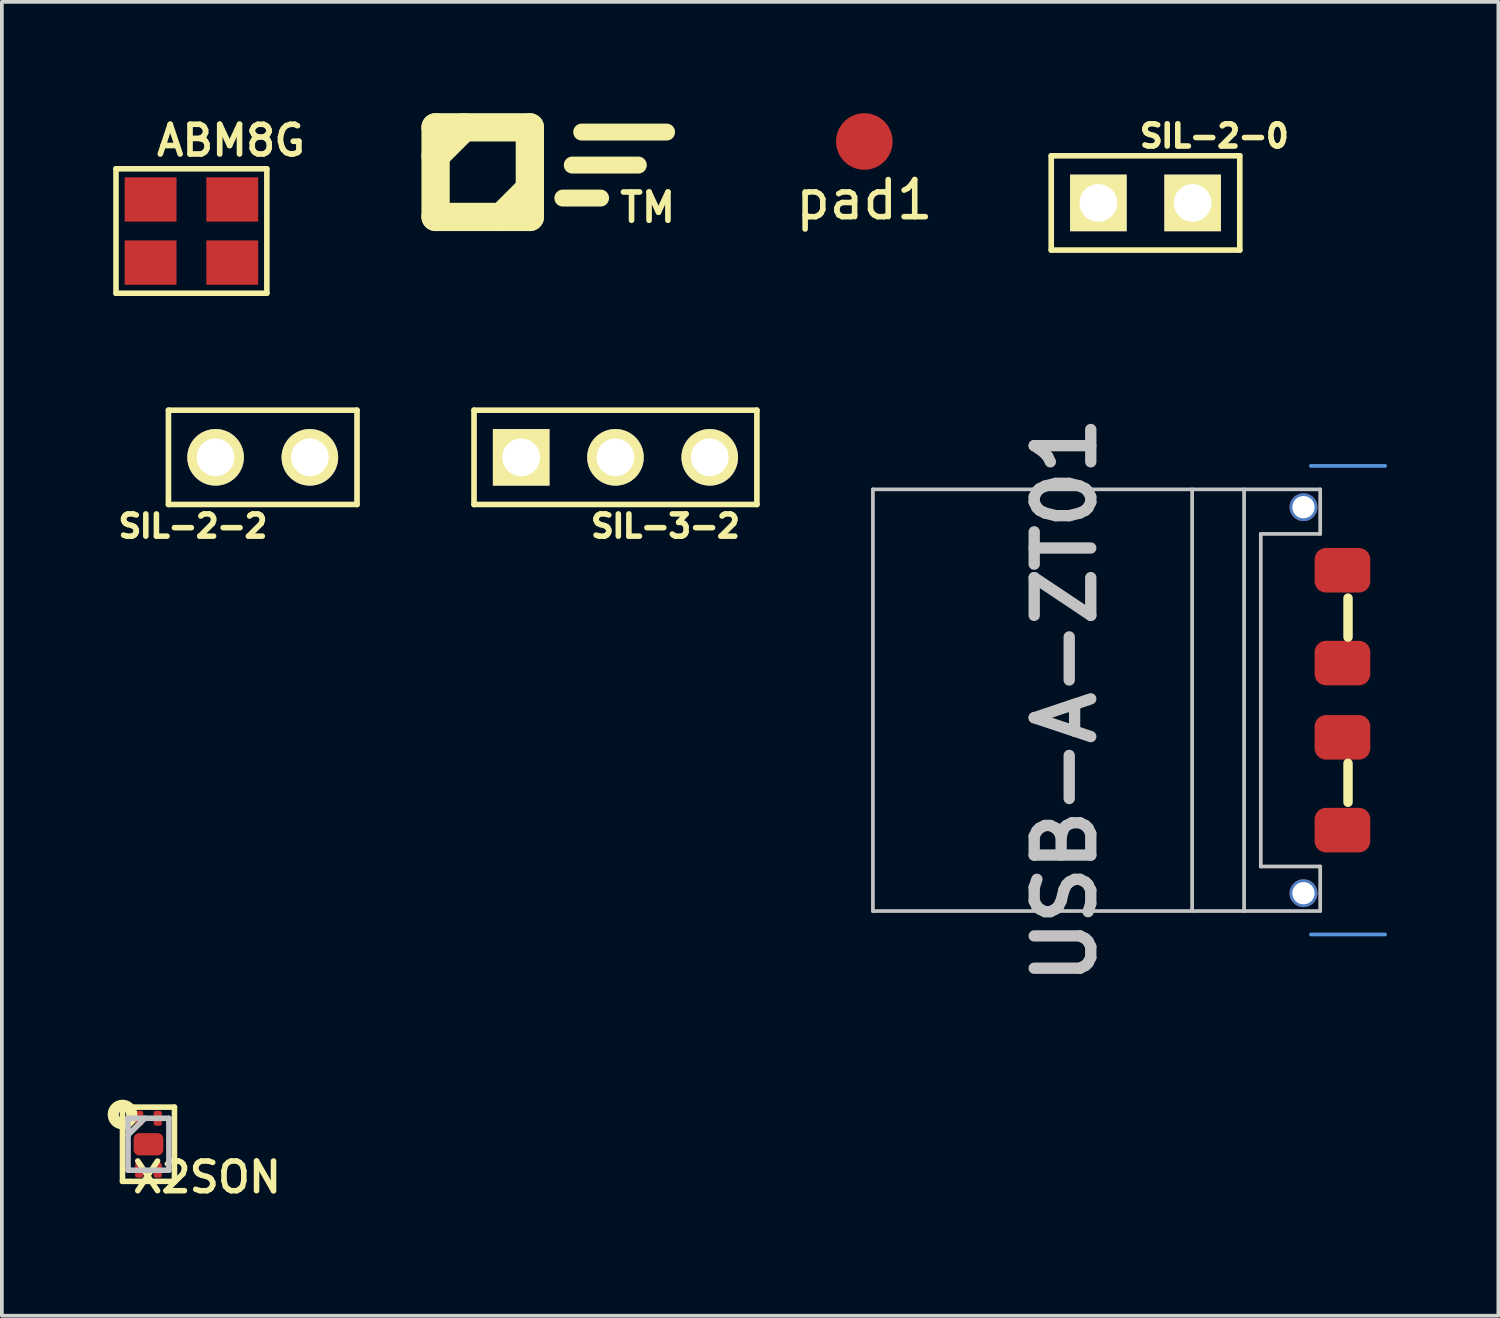
<source format=kicad_pcb>
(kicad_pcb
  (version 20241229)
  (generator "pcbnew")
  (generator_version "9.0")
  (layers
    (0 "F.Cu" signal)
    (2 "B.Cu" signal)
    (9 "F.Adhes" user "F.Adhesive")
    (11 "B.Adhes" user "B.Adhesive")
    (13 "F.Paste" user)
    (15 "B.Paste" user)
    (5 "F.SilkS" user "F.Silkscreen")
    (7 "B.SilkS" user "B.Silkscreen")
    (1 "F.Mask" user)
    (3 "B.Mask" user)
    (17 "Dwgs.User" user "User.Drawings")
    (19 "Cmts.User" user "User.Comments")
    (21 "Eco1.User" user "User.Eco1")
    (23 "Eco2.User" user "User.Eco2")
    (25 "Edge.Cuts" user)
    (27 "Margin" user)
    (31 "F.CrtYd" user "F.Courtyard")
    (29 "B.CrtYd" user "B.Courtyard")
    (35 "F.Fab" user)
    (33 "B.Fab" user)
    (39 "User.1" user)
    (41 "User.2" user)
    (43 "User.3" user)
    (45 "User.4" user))
  (footprint "FST-LOGO"
    (layer "F.Cu")
    (at 9.955 1.651)
    (property "Reference" "FST-LOGO" (at 0 -1.27 0) (layer "F.SilkS") (effects (font (size 0.152 0.152) (thickness 0.038))))
    (attr through_hole)
    (fp_line (start -1.27 -1.27) (end 1.27 -1.27) (stroke (width 0.762) (type solid)) (layer "F.SilkS"))
    (fp_line (start -1.27 1.143) (end -1.27 -1.27) (stroke (width 0.762) (type solid)) (layer "F.SilkS"))
    (fp_line (start -0.508 -1.27) (end -1.27 -0.508) (stroke (width 0.762) (type solid)) (layer "F.SilkS"))
    (fp_line (start 1.27 -1.27) (end 1.27 1.143) (stroke (width 0.762) (type solid)) (layer "F.SilkS"))
    (fp_line (start 1.27 0.381) (end 0.508 1.143) (stroke (width 0.762) (type solid)) (layer "F.SilkS"))
    (fp_line (start 1.27 1.143) (end -1.27 1.143) (stroke (width 0.762) (type solid)) (layer "F.SilkS"))
    (fp_line (start 2.159 0.635) (end 3.175 0.635) (stroke (width 0.457) (type solid)) (layer "F.SilkS"))
    (fp_line (start 2.413 -0.254) (end 4.191 -0.254) (stroke (width 0.457) (type solid)) (layer "F.SilkS"))
    (fp_line (start 2.667 -1.143) (end 4.953 -1.143) (stroke (width 0.457) (type solid)) (layer "F.SilkS"))
    (fp_text user "TM" (at 4.445 0.889 0) (layer "F.SilkS") (effects (font (size 0.762 0.762) (thickness 0.152)))))
  (footprint "SIL-3-2"
    (layer "F.Cu")
    (at 13.531 9.271)
    (property "Reference" "SIL-3-2" (at 1.346 1.854 0) (layer "F.SilkS") (effects (font (size 0.599 0.599) (thickness 0.15))))
    (attr through_hole)
    (fp_line (start -3.81 -1.27) (end 3.81 -1.27) (stroke (width 0.152) (type solid)) (layer "F.SilkS"))
    (fp_line (start -3.81 1.27) (end -3.81 -1.27) (stroke (width 0.152) (type solid)) (layer "F.SilkS"))
    (fp_line (start 3.81 -1.27) (end 3.81 1.27) (stroke (width 0.152) (type solid)) (layer "F.SilkS"))
    (fp_line (start 3.81 1.27) (end -3.81 1.27) (stroke (width 0.152) (type solid)) (layer "F.SilkS"))
    (pad "1" thru_hole rect (at -2.54 0) (size 1.524 1.524) (drill 1.016) (layers "*.Cu" "*.Mask" "F.SilkS"))
    (pad "2" thru_hole circle (at 0 0) (size 1.524 1.524) (drill 1.016) (layers "*.Cu" "*.Mask" "F.SilkS"))
    (pad "3" thru_hole circle (at 2.54 0) (size 1.524 1.524) (drill 1.016) (layers "*.Cu" "*.Mask" "F.SilkS")))
  (footprint "SIL-2-2"
    (layer "F.Cu")
    (at 4.028 9.271)
    (property "Reference" "SIL-2-2" (at -1.88 1.854 0) (layer "F.SilkS") (effects (font (size 0.599 0.599) (thickness 0.15))))
    (attr through_hole)
    (fp_line (start -2.54 -1.27) (end 2.54 -1.27) (stroke (width 0.15) (type solid)) (layer "F.SilkS"))
    (fp_line (start -2.54 1.27) (end -2.54 -1.27) (stroke (width 0.152) (type solid)) (layer "F.SilkS"))
    (fp_line (start 2.54 -1.27) (end 2.54 1.27) (stroke (width 0.152) (type solid)) (layer "F.SilkS"))
    (fp_line (start 2.54 1.27) (end -2.54 1.27) (stroke (width 0.15) (type solid)) (layer "F.SilkS"))
    (pad "1" thru_hole circle (at -1.27 0) (size 1.524 1.524) (drill 1.016) (layers "*.Cu" "*.Mask" "F.SilkS"))
    (pad "2" thru_hole circle (at 1.27 0) (size 1.524 1.524) (drill 1.016) (layers "*.Cu" "*.Mask" "F.SilkS")))
  (footprint "X2SON"
    (layer "F.Cu")
    (at 0.95 27.777)
    (property "Reference" "X2SON" (at 1.578 0.889 0) (layer "F.SilkS") (effects (font (size 0.8 0.8) (thickness 0.15))))
    (attr smd)
    (fp_line (start -0.7 -1) (end 0.7 -1) (stroke (width 0.15) (type solid)) (layer "F.SilkS"))
    (fp_line (start -0.7 1) (end -0.7 -1) (stroke (width 0.15) (type solid)) (layer "F.SilkS"))
    (fp_line (start 0.7 -1) (end 0.7 1) (stroke (width 0.15) (type solid)) (layer "F.SilkS"))
    (fp_line (start 0.7 1) (end -0.7 1) (stroke (width 0.15) (type solid)) (layer "F.SilkS"))
    (fp_circle (center -0.7 -0.8) (end -0.7 -0.7) (stroke (width 0.3) (type solid)) (fill no) (layer "F.SilkS"))
    (fp_line (start -0.55 -0.7) (end -0.55 0.7) (stroke (width 0.15) (type solid)) (layer "Dwgs.User"))
    (fp_line (start -0.55 -0.7) (end 0.55 -0.7) (stroke (width 0.15) (type solid)) (layer "Dwgs.User"))
    (fp_line (start -0.55 -0.25) (end -0.1 -0.7) (stroke (width 0.15) (type solid)) (layer "Dwgs.User"))
    (fp_line (start -0.55 0.7) (end 0.55 0.7) (stroke (width 0.15) (type solid)) (layer "Dwgs.User"))
    (fp_line (start 0.55 -0.7) (end 0.55 0.7) (stroke (width 0.15) (type solid)) (layer "Dwgs.User"))
    (pad "1" smd roundrect (at -0.25 -0.7) (size 0.22 0.4) (layers "F.Cu" "F.Mask" "F.Paste") (roundrect_rratio 0.25))
    (pad "2" smd roundrect (at -0.25 0.7) (size 0.22 0.4) (layers "F.Cu" "F.Mask" "F.Paste") (roundrect_rratio 0.25))
    (pad "3" smd roundrect (at 0.25 0.7) (size 0.22 0.4) (layers "F.Cu" "F.Mask" "F.Paste") (roundrect_rratio 0.25))
    (pad "4" smd roundrect (at 0.25 -0.7) (size 0.22 0.4) (layers "F.Cu" "F.Mask" "F.Paste") (roundrect_rratio 0.25))
    (pad "5" smd roundrect (at 0 0) (size 0.8 0.6) (layers "F.Cu" "F.Mask" "F.Paste") (roundrect_rratio 0.25)))
  (footprint "ABM8G"
    (layer "F.Cu")
    (at 2.107 3.174)
    (property "Reference" "ABM8G" (at 1.067 -2.438 0) (layer "F.SilkS") (effects (font (size 0.8 0.8) (thickness 0.152))))
    (attr through_hole)
    (fp_line (start -2.032 -1.676) (end 2.032 -1.676) (stroke (width 0.15) (type solid)) (layer "F.SilkS"))
    (fp_line (start -2.032 1.676) (end -2.032 -1.676) (stroke (width 0.15) (type solid)) (layer "F.SilkS"))
    (fp_line (start 2.032 -1.676) (end 2.032 1.676) (stroke (width 0.15) (type solid)) (layer "F.SilkS"))
    (fp_line (start 2.032 1.676) (end -2.032 1.676) (stroke (width 0.15) (type solid)) (layer "F.SilkS"))
    (pad "1" smd rect (at -1.1 0.851) (size 1.397 1.194) (layers "F.Cu" "F.Mask" "F.Paste"))
    (pad "2" smd rect (at 1.1 -0.851) (size 1.397 1.194) (layers "F.Cu" "F.Mask" "F.Paste"))
    (pad "3" smd rect (at -1.1 -0.851) (size 1.397 1.194) (layers "F.Cu" "F.Mask" "F.Paste"))
    (pad "3" smd rect (at 1.1 0.851) (size 1.397 1.194) (layers "F.Cu" "F.Mask" "F.Paste")))
  (footprint "pad1"
    (layer "F.Cu")
    (at 20.236 0.762)
    (property "Reference" "pad1" (at 0 1.57 0) (layer "F.SilkS") (effects (font (size 1 1) (thickness 0.15))))
    (attr through_hole)
    (pad "1" smd circle (at 0 0) (size 1.524 1.524) (layers "F.Cu" "F.Mask" "F.Paste")))
  (footprint "SIL-2-0"
    (layer "F.Cu")
    (at 27.811 2.417)
    (property "Reference" "SIL-2-0" (at 1.854 -1.803 0) (layer "F.SilkS") (effects (font (size 0.599 0.599) (thickness 0.15))))
    (attr through_hole)
    (fp_line (start -2.54 -1.27) (end 2.54 -1.27) (stroke (width 0.15) (type solid)) (layer "F.SilkS"))
    (fp_line (start -2.54 1.27) (end -2.54 -1.27) (stroke (width 0.152) (type solid)) (layer "F.SilkS"))
    (fp_line (start 2.54 -1.27) (end 2.54 1.27) (stroke (width 0.152) (type solid)) (layer "F.SilkS"))
    (fp_line (start 2.54 1.27) (end -2.54 1.27) (stroke (width 0.15) (type solid)) (layer "F.SilkS"))
    (pad "1" thru_hole rect (at -1.27 0) (size 1.524 1.524) (drill 1.016) (layers "*.Cu" "*.Mask" "F.SilkS"))
    (pad "2" thru_hole rect (at 1.27 0) (size 1.524 1.524) (drill 1.016) (layers "*.Cu" "*.Mask" "F.SilkS")))
  (footprint "USB-A-ZT01"
    (layer "F.Cu")
    (at 33.267 15.814)
    (property "Reference" "USB-A-ZT01" (at -7.62 0 90) (layer "Dwgs.User") (effects (font (size 1.524 1.524) (thickness 0.305))))
    (attr through_hole)
    (fp_line (start 0 -1.7) (end 0 -2.75) (stroke (width 0.254) (type solid)) (layer "F.SilkS"))
    (fp_line (start 0 1.7) (end 0 2.75) (stroke (width 0.254) (type solid)) (layer "F.SilkS"))
    (fp_line (start -12.8 -5.68) (end -12.8 5.68) (stroke (width 0.1) (type solid)) (layer "Dwgs.User"))
    (fp_line (start -12.8 5.68) (end -0.75 5.68) (stroke (width 0.1) (type solid)) (layer "Dwgs.User"))
    (fp_line (start -4.2 -5.68) (end -4.2 5.68) (stroke (width 0.1) (type solid)) (layer "Dwgs.User"))
    (fp_line (start -2.8 5.68) (end -2.8 -5.68) (stroke (width 0.1) (type solid)) (layer "Dwgs.User"))
    (fp_line (start -2.35 4.48) (end -2.35 -4.48) (stroke (width 0.1) (type solid)) (layer "Dwgs.User"))
    (fp_line (start -0.75 -5.68) (end -12.8 -5.68) (stroke (width 0.1) (type solid)) (layer "Dwgs.User"))
    (fp_line (start -0.75 -4.48) (end -2.35 -4.48) (stroke (width 0.1) (type solid)) (layer "Dwgs.User"))
    (fp_line (start -0.75 -4.48) (end -0.75 -5.68) (stroke (width 0.1) (type solid)) (layer "Dwgs.User"))
    (fp_line (start -0.75 5.68) (end -0.75 4.48) (stroke (width 0.1) (type solid)) (layer "Dwgs.User"))
    (fp_line (start -0.749 4.48) (end -2.35 4.48) (stroke (width 0.1) (type solid)) (layer "Dwgs.User"))
    (fp_line (start 1 -6.312) (end -1 -6.312) (stroke (width 0.1) (type solid)) (layer "Cmts.User"))
    (fp_line (start 1 6.312) (end -1 6.312) (stroke (width 0.1) (type solid)) (layer "Cmts.User"))
    (pad "1" smd roundrect (at -0.15 3.5) (size 1.5 1.2) (layers "F.Cu" "F.Mask" "F.Paste") (roundrect_rratio 0.25))
    (pad "2" smd roundrect (at -0.15 1) (size 1.5 1.2) (layers "F.Cu" "F.Mask" "F.Paste") (roundrect_rratio 0.25))
    (pad "3" smd roundrect (at -0.15 -1) (size 1.5 1.2) (layers "F.Cu" "F.Mask" "F.Paste") (roundrect_rratio 0.25))
    (pad "4" smd roundrect (at -0.15 -3.5) (size 1.5 1.2) (layers "F.Cu" "F.Mask" "F.Paste") (roundrect_rratio 0.25))
    (pad "5" thru_hole circle (at -1.2 -5.2) (size 0.75 0.75) (drill 0.6) (layers "*.Cu" "F.Mask"))
    (pad "5" thru_hole circle (at -1.2 5.2) (size 0.75 0.75) (drill 0.6) (layers "*.Cu" "F.Mask")))
  (gr_rect
    (start -3 -3)
    (end 37.317 32.397)
    (stroke (width 0.1) (type default))
    (fill no)
    (layer "Edge.Cuts")))
</source>
